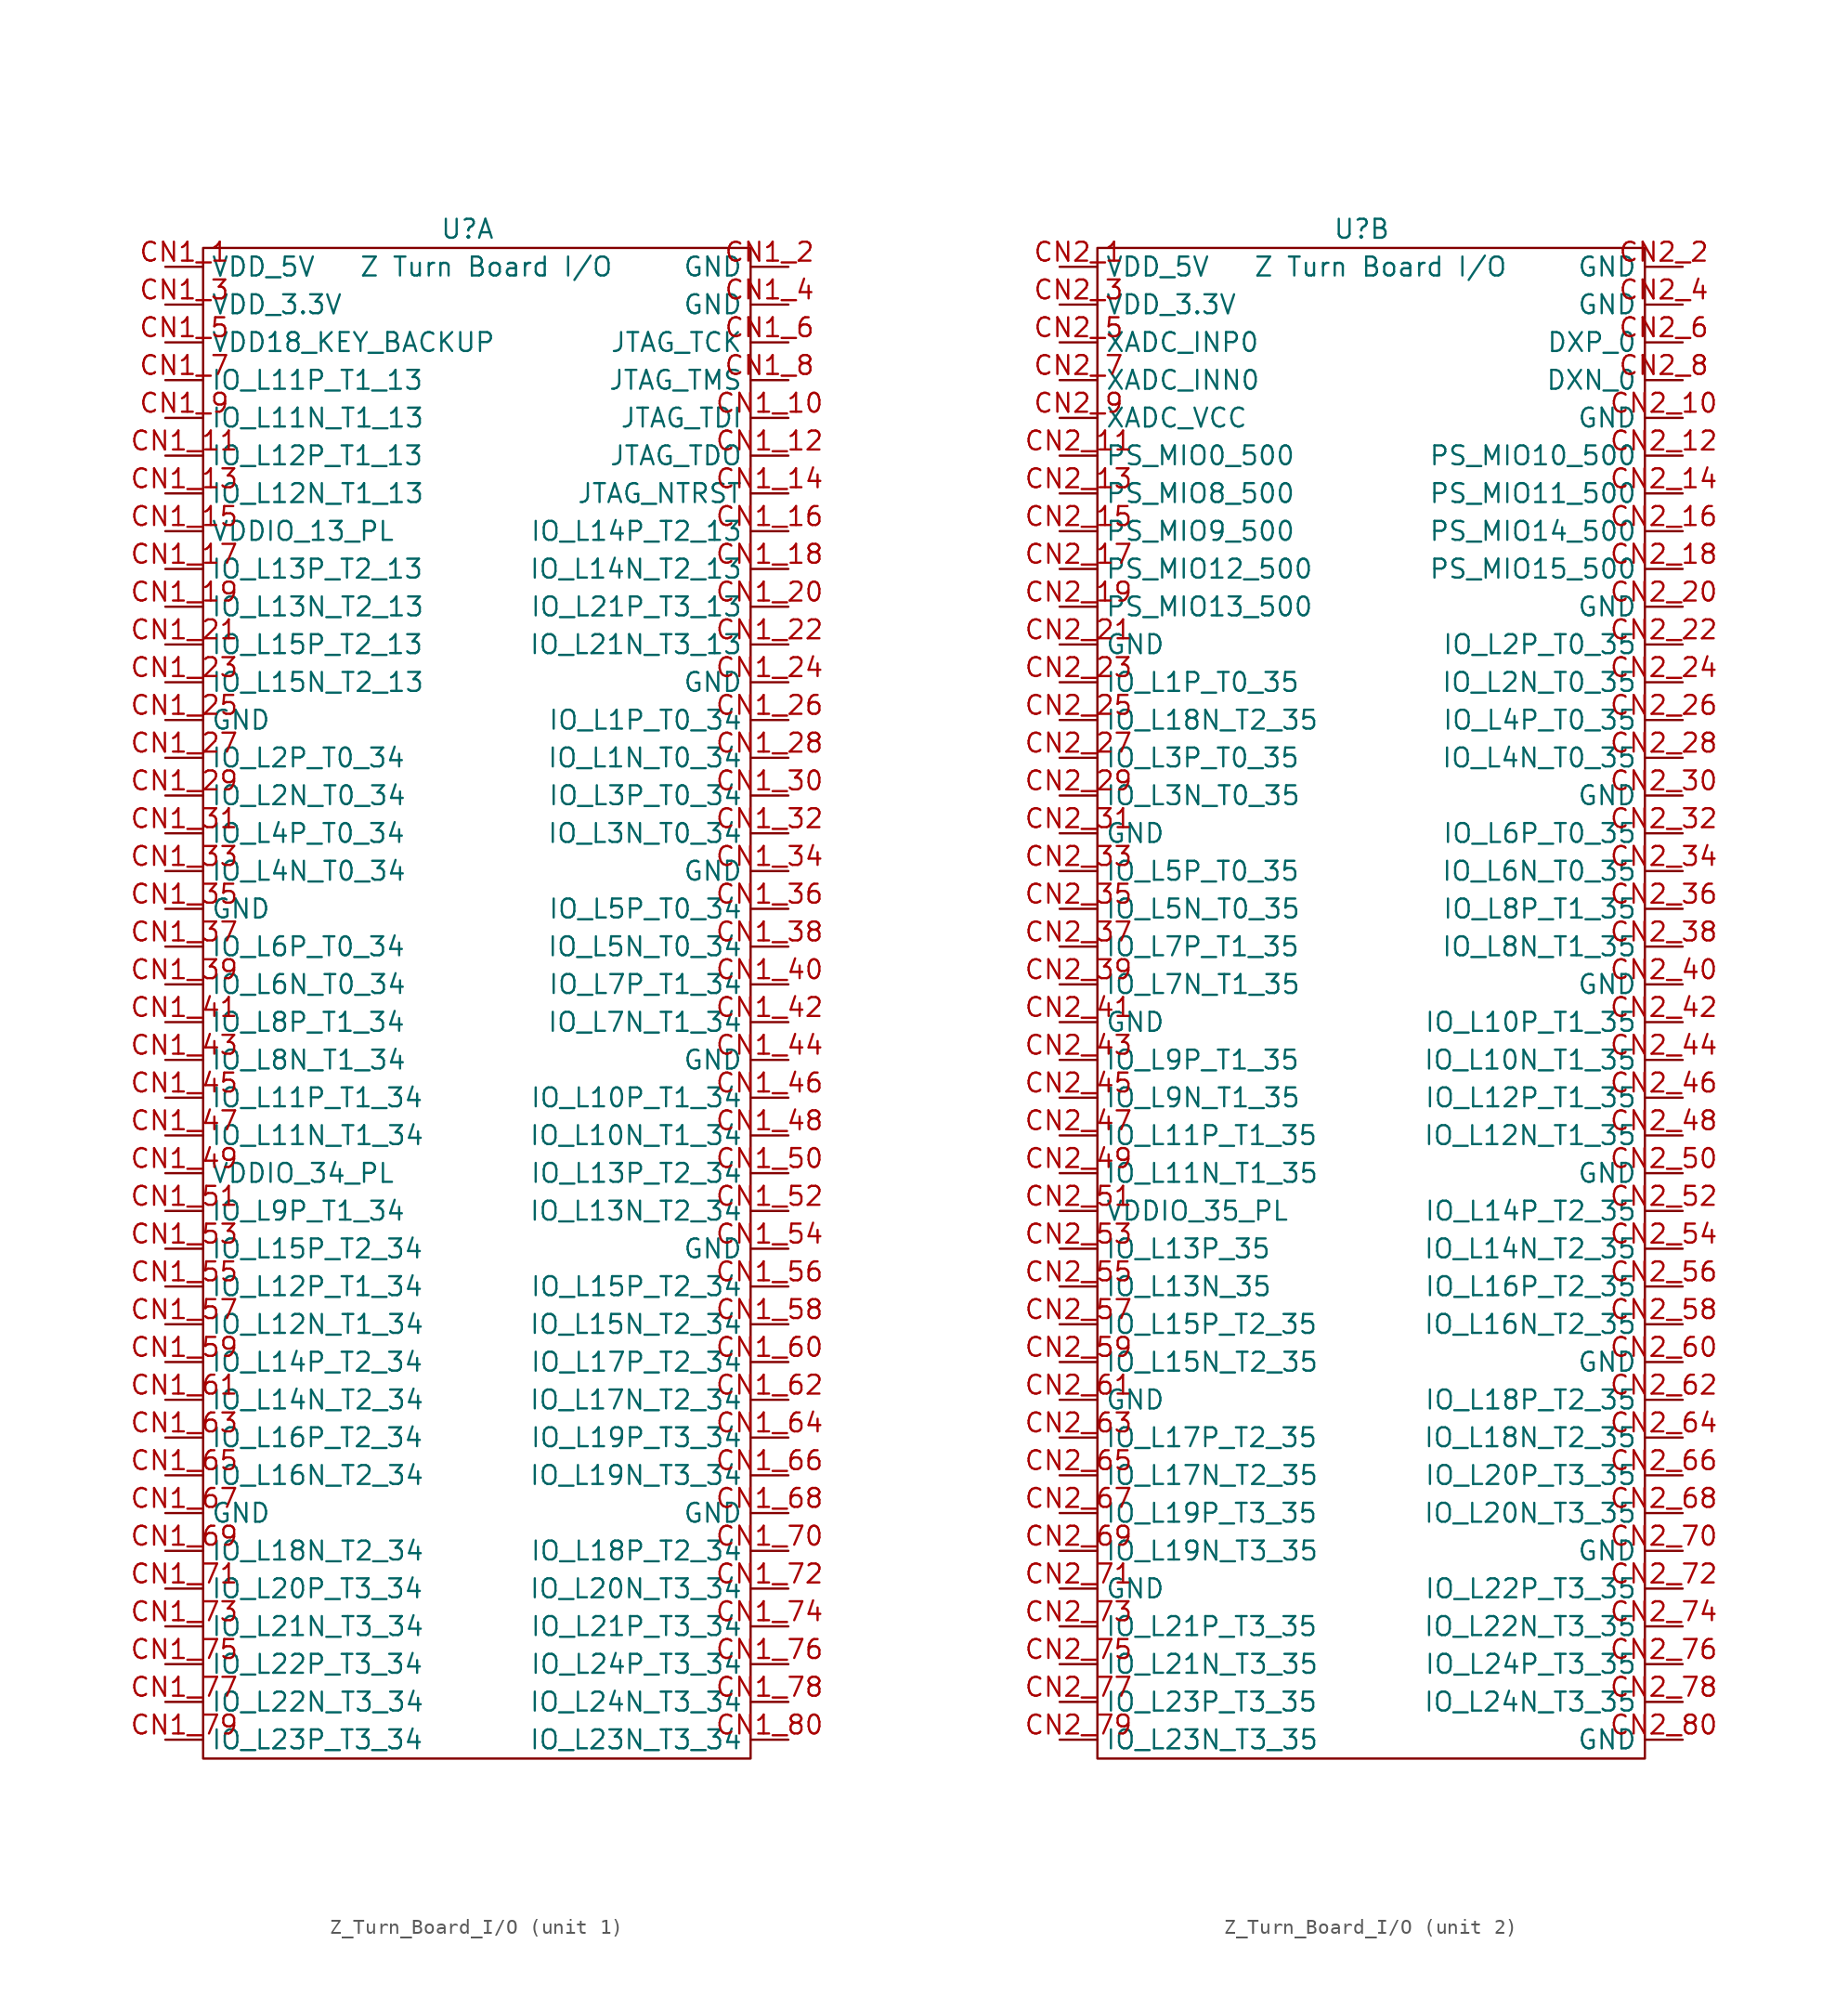
<source format=kicad_sym>
(kicad_symbol_lib
  (version 20220914)
  (generator kicad_symbol_editor)
  (symbol "Z_Turn_Board_I/O"
    (property "Reference" "U"
      (at -1.27 50.8 0)
      (effects (font (size 1.27 1.27))))
    (property "Value" "Z Turn Board I/O"
      (at 0 48.26 0)
      (effects (font (size 1.27 1.27))))
    (property "ki_locked" ""
      (at 0 0 0)
      (effects (font (size 1.27 1.27))))
    (symbol "Z_Turn_Board_I/O_0_1"
      (rectangle (start -19.05 49.53) (end 17.78 -52.07) (stroke (width 0) (type default)) (fill (type none))))
    (symbol "Z_Turn_Board_I/O_1_1"
      (pin power_out line (at -21.59 48.26 0) (length 2.54) (name "VDD_5V" (effects (font (size 1.27 1.27)))) (number "CN1_1" (effects (font (size 1.27 1.27)))))
      (pin bidirectional line (at 20.32 38.1 180) (length 2.54) (name "JTAG_TDI" (effects (font (size 1.27 1.27)))) (number "CN1_10" (effects (font (size 1.27 1.27)))))
      (pin bidirectional line (at -21.59 35.56 0) (length 2.54) (name "IO_L12P_T1_13" (effects (font (size 1.27 1.27)))) (number "CN1_11" (effects (font (size 1.27 1.27)))))
      (pin bidirectional line (at 20.32 35.56 180) (length 2.54) (name "JTAG_TDO" (effects (font (size 1.27 1.27)))) (number "CN1_12" (effects (font (size 1.27 1.27)))))
      (pin bidirectional line (at -21.59 33.02 0) (length 2.54) (name "IO_L12N_T1_13" (effects (font (size 1.27 1.27)))) (number "CN1_13" (effects (font (size 1.27 1.27)))))
      (pin bidirectional line (at 20.32 33.02 180) (length 2.54) (name "JTAG_NTRST" (effects (font (size 1.27 1.27)))) (number "CN1_14" (effects (font (size 1.27 1.27)))))
      (pin power_out line (at -21.59 30.48 0) (length 2.54) (name "VDDIO_13_PL" (effects (font (size 1.27 1.27)))) (number "CN1_15" (effects (font (size 1.27 1.27)))))
      (pin bidirectional line (at 20.32 30.48 180) (length 2.54) (name "IO_L14P_T2_13" (effects (font (size 1.27 1.27)))) (number "CN1_16" (effects (font (size 1.27 1.27)))))
      (pin bidirectional line (at -21.59 27.94 0) (length 2.54) (name "IO_L13P_T2_13" (effects (font (size 1.27 1.27)))) (number "CN1_17" (effects (font (size 1.27 1.27)))))
      (pin bidirectional line (at 20.32 27.94 180) (length 2.54) (name "IO_L14N_T2_13" (effects (font (size 1.27 1.27)))) (number "CN1_18" (effects (font (size 1.27 1.27)))))
      (pin bidirectional line (at -21.59 25.4 0) (length 2.54) (name "IO_L13N_T2_13" (effects (font (size 1.27 1.27)))) (number "CN1_19" (effects (font (size 1.27 1.27)))))
      (pin power_in line (at 20.32 48.26 180) (length 2.54) (name "GND" (effects (font (size 1.27 1.27)))) (number "CN1_2" (effects (font (size 1.27 1.27)))))
      (pin bidirectional line (at 20.32 25.4 180) (length 2.54) (name "IO_L21P_T3_13" (effects (font (size 1.27 1.27)))) (number "CN1_20" (effects (font (size 1.27 1.27)))))
      (pin bidirectional line (at -21.59 22.86 0) (length 2.54) (name "IO_L15P_T2_13" (effects (font (size 1.27 1.27)))) (number "CN1_21" (effects (font (size 1.27 1.27)))))
      (pin bidirectional line (at 20.32 22.86 180) (length 2.54) (name "IO_L21N_T3_13" (effects (font (size 1.27 1.27)))) (number "CN1_22" (effects (font (size 1.27 1.27)))))
      (pin bidirectional line (at -21.59 20.32 0) (length 2.54) (name "IO_L15N_T2_13" (effects (font (size 1.27 1.27)))) (number "CN1_23" (effects (font (size 1.27 1.27)))))
      (pin power_in line (at 20.32 20.32 180) (length 2.54) (name "GND" (effects (font (size 1.27 1.27)))) (number "CN1_24" (effects (font (size 1.27 1.27)))))
      (pin power_in line (at -21.59 17.78 0) (length 2.54) (name "GND" (effects (font (size 1.27 1.27)))) (number "CN1_25" (effects (font (size 1.27 1.27)))))
      (pin bidirectional line (at 20.32 17.78 180) (length 2.54) (name "IO_L1P_T0_34" (effects (font (size 1.27 1.27)))) (number "CN1_26" (effects (font (size 1.27 1.27)))))
      (pin bidirectional line (at -21.59 15.24 0) (length 2.54) (name "IO_L2P_T0_34" (effects (font (size 1.27 1.27)))) (number "CN1_27" (effects (font (size 1.27 1.27)))))
      (pin bidirectional line (at 20.32 15.24 180) (length 2.54) (name "IO_L1N_T0_34" (effects (font (size 1.27 1.27)))) (number "CN1_28" (effects (font (size 1.27 1.27)))))
      (pin bidirectional line (at -21.59 12.7 0) (length 2.54) (name "IO_L2N_T0_34" (effects (font (size 1.27 1.27)))) (number "CN1_29" (effects (font (size 1.27 1.27)))))
      (pin power_out line (at -21.59 45.72 0) (length 2.54) (name "VDD_3.3V" (effects (font (size 1.27 1.27)))) (number "CN1_3" (effects (font (size 1.27 1.27)))))
      (pin bidirectional line (at 20.32 12.7 180) (length 2.54) (name "IO_L3P_T0_34" (effects (font (size 1.27 1.27)))) (number "CN1_30" (effects (font (size 1.27 1.27)))))
      (pin bidirectional line (at -21.59 10.16 0) (length 2.54) (name "IO_L4P_T0_34" (effects (font (size 1.27 1.27)))) (number "CN1_31" (effects (font (size 1.27 1.27)))))
      (pin bidirectional line (at 20.32 10.16 180) (length 2.54) (name "IO_L3N_T0_34" (effects (font (size 1.27 1.27)))) (number "CN1_32" (effects (font (size 1.27 1.27)))))
      (pin bidirectional line (at -21.59 7.62 0) (length 2.54) (name "IO_L4N_T0_34" (effects (font (size 1.27 1.27)))) (number "CN1_33" (effects (font (size 1.27 1.27)))))
      (pin power_in line (at 20.32 7.62 180) (length 2.54) (name "GND" (effects (font (size 1.27 1.27)))) (number "CN1_34" (effects (font (size 1.27 1.27)))))
      (pin power_in line (at -21.59 5.08 0) (length 2.54) (name "GND" (effects (font (size 1.27 1.27)))) (number "CN1_35" (effects (font (size 1.27 1.27)))))
      (pin bidirectional line (at 20.32 5.08 180) (length 2.54) (name "IO_L5P_T0_34" (effects (font (size 1.27 1.27)))) (number "CN1_36" (effects (font (size 1.27 1.27)))))
      (pin bidirectional line (at -21.59 2.54 0) (length 2.54) (name "IO_L6P_T0_34" (effects (font (size 1.27 1.27)))) (number "CN1_37" (effects (font (size 1.27 1.27)))))
      (pin bidirectional line (at 20.32 2.54 180) (length 2.54) (name "IO_L5N_T0_34" (effects (font (size 1.27 1.27)))) (number "CN1_38" (effects (font (size 1.27 1.27)))))
      (pin bidirectional line (at -21.59 0 0) (length 2.54) (name "IO_L6N_T0_34" (effects (font (size 1.27 1.27)))) (number "CN1_39" (effects (font (size 1.27 1.27)))))
      (pin power_in line (at 20.32 45.72 180) (length 2.54) (name "GND" (effects (font (size 1.27 1.27)))) (number "CN1_4" (effects (font (size 1.27 1.27)))))
      (pin bidirectional line (at 20.32 0 180) (length 2.54) (name "IO_L7P_T1_34" (effects (font (size 1.27 1.27)))) (number "CN1_40" (effects (font (size 1.27 1.27)))))
      (pin bidirectional line (at -21.59 -2.54 0) (length 2.54) (name "IO_L8P_T1_34" (effects (font (size 1.27 1.27)))) (number "CN1_41" (effects (font (size 1.27 1.27)))))
      (pin bidirectional line (at 20.32 -2.54 180) (length 2.54) (name "IO_L7N_T1_34" (effects (font (size 1.27 1.27)))) (number "CN1_42" (effects (font (size 1.27 1.27)))))
      (pin bidirectional line (at -21.59 -5.08 0) (length 2.54) (name "IO_L8N_T1_34" (effects (font (size 1.27 1.27)))) (number "CN1_43" (effects (font (size 1.27 1.27)))))
      (pin power_in line (at 20.32 -5.08 180) (length 2.54) (name "GND" (effects (font (size 1.27 1.27)))) (number "CN1_44" (effects (font (size 1.27 1.27)))))
      (pin bidirectional line (at -21.59 -7.62 0) (length 2.54) (name "IO_L11P_T1_34" (effects (font (size 1.27 1.27)))) (number "CN1_45" (effects (font (size 1.27 1.27)))))
      (pin bidirectional line (at 20.32 -7.62 180) (length 2.54) (name "IO_L10P_T1_34" (effects (font (size 1.27 1.27)))) (number "CN1_46" (effects (font (size 1.27 1.27)))))
      (pin bidirectional line (at -21.59 -10.16 0) (length 2.54) (name "IO_L11N_T1_34" (effects (font (size 1.27 1.27)))) (number "CN1_47" (effects (font (size 1.27 1.27)))))
      (pin bidirectional line (at 20.32 -10.16 180) (length 2.54) (name "IO_L10N_T1_34" (effects (font (size 1.27 1.27)))) (number "CN1_48" (effects (font (size 1.27 1.27)))))
      (pin power_out line (at -21.59 -12.7 0) (length 2.54) (name "VDDIO_34_PL" (effects (font (size 1.27 1.27)))) (number "CN1_49" (effects (font (size 1.27 1.27)))))
      (pin power_out line (at -21.59 43.18 0) (length 2.54) (name "VDD18_KEY_BACKUP" (effects (font (size 1.27 1.27)))) (number "CN1_5" (effects (font (size 1.27 1.27)))))
      (pin bidirectional line (at 20.32 -12.7 180) (length 2.54) (name "IO_L13P_T2_34" (effects (font (size 1.27 1.27)))) (number "CN1_50" (effects (font (size 1.27 1.27)))))
      (pin bidirectional line (at -21.59 -15.24 0) (length 2.54) (name "IO_L9P_T1_34" (effects (font (size 1.27 1.27)))) (number "CN1_51" (effects (font (size 1.27 1.27)))))
      (pin bidirectional line (at 20.32 -15.24 180) (length 2.54) (name "IO_L13N_T2_34" (effects (font (size 1.27 1.27)))) (number "CN1_52" (effects (font (size 1.27 1.27)))))
      (pin bidirectional line (at -21.59 -17.78 0) (length 2.54) (name "IO_L15P_T2_34" (effects (font (size 1.27 1.27)))) (number "CN1_53" (effects (font (size 1.27 1.27)))))
      (pin power_in line (at 20.32 -17.78 180) (length 2.54) (name "GND" (effects (font (size 1.27 1.27)))) (number "CN1_54" (effects (font (size 1.27 1.27)))))
      (pin bidirectional line (at -21.59 -20.32 0) (length 2.54) (name "IO_L12P_T1_34" (effects (font (size 1.27 1.27)))) (number "CN1_55" (effects (font (size 1.27 1.27)))))
      (pin bidirectional line (at 20.32 -20.32 180) (length 2.54) (name "IO_L15P_T2_34" (effects (font (size 1.27 1.27)))) (number "CN1_56" (effects (font (size 1.27 1.27)))))
      (pin bidirectional line (at -21.59 -22.86 0) (length 2.54) (name "IO_L12N_T1_34" (effects (font (size 1.27 1.27)))) (number "CN1_57" (effects (font (size 1.27 1.27)))))
      (pin bidirectional line (at 20.32 -22.86 180) (length 2.54) (name "IO_L15N_T2_34" (effects (font (size 1.27 1.27)))) (number "CN1_58" (effects (font (size 1.27 1.27)))))
      (pin bidirectional line (at -21.59 -25.4 0) (length 2.54) (name "IO_L14P_T2_34" (effects (font (size 1.27 1.27)))) (number "CN1_59" (effects (font (size 1.27 1.27)))))
      (pin bidirectional line (at 20.32 43.18 180) (length 2.54) (name "JTAG_TCK" (effects (font (size 1.27 1.27)))) (number "CN1_6" (effects (font (size 1.27 1.27)))))
      (pin bidirectional line (at 20.32 -25.4 180) (length 2.54) (name "IO_L17P_T2_34" (effects (font (size 1.27 1.27)))) (number "CN1_60" (effects (font (size 1.27 1.27)))))
      (pin bidirectional line (at -21.59 -27.94 0) (length 2.54) (name "IO_L14N_T2_34" (effects (font (size 1.27 1.27)))) (number "CN1_61" (effects (font (size 1.27 1.27)))))
      (pin bidirectional line (at 20.32 -27.94 180) (length 2.54) (name "IO_L17N_T2_34" (effects (font (size 1.27 1.27)))) (number "CN1_62" (effects (font (size 1.27 1.27)))))
      (pin bidirectional line (at -21.59 -30.48 0) (length 2.54) (name "IO_L16P_T2_34" (effects (font (size 1.27 1.27)))) (number "CN1_63" (effects (font (size 1.27 1.27)))))
      (pin bidirectional line (at 20.32 -30.48 180) (length 2.54) (name "IO_L19P_T3_34" (effects (font (size 1.27 1.27)))) (number "CN1_64" (effects (font (size 1.27 1.27)))))
      (pin bidirectional line (at -21.59 -33.02 0) (length 2.54) (name "IO_L16N_T2_34" (effects (font (size 1.27 1.27)))) (number "CN1_65" (effects (font (size 1.27 1.27)))))
      (pin bidirectional line (at 20.32 -33.02 180) (length 2.54) (name "IO_L19N_T3_34" (effects (font (size 1.27 1.27)))) (number "CN1_66" (effects (font (size 1.27 1.27)))))
      (pin power_in line (at -21.59 -35.56 0) (length 2.54) (name "GND" (effects (font (size 1.27 1.27)))) (number "CN1_67" (effects (font (size 1.27 1.27)))))
      (pin power_in line (at 20.32 -35.56 180) (length 2.54) (name "GND" (effects (font (size 1.27 1.27)))) (number "CN1_68" (effects (font (size 1.27 1.27)))))
      (pin bidirectional line (at -21.59 -38.1 0) (length 2.54) (name "IO_L18N_T2_34" (effects (font (size 1.27 1.27)))) (number "CN1_69" (effects (font (size 1.27 1.27)))))
      (pin bidirectional line (at -21.59 40.64 0) (length 2.54) (name "IO_L11P_T1_13" (effects (font (size 1.27 1.27)))) (number "CN1_7" (effects (font (size 1.27 1.27)))))
      (pin bidirectional line (at 20.32 -38.1 180) (length 2.54) (name "IO_L18P_T2_34" (effects (font (size 1.27 1.27)))) (number "CN1_70" (effects (font (size 1.27 1.27)))))
      (pin bidirectional line (at -21.59 -40.64 0) (length 2.54) (name "IO_L20P_T3_34" (effects (font (size 1.27 1.27)))) (number "CN1_71" (effects (font (size 1.27 1.27)))))
      (pin bidirectional line (at 20.32 -40.64 180) (length 2.54) (name "IO_L20N_T3_34" (effects (font (size 1.27 1.27)))) (number "CN1_72" (effects (font (size 1.27 1.27)))))
      (pin bidirectional line (at -21.59 -43.18 0) (length 2.54) (name "IO_L21N_T3_34" (effects (font (size 1.27 1.27)))) (number "CN1_73" (effects (font (size 1.27 1.27)))))
      (pin bidirectional line (at 20.32 -43.18 180) (length 2.54) (name "IO_L21P_T3_34" (effects (font (size 1.27 1.27)))) (number "CN1_74" (effects (font (size 1.27 1.27)))))
      (pin bidirectional line (at -21.59 -45.72 0) (length 2.54) (name "IO_L22P_T3_34" (effects (font (size 1.27 1.27)))) (number "CN1_75" (effects (font (size 1.27 1.27)))))
      (pin bidirectional line (at 20.32 -45.72 180) (length 2.54) (name "IO_L24P_T3_34" (effects (font (size 1.27 1.27)))) (number "CN1_76" (effects (font (size 1.27 1.27)))))
      (pin bidirectional line (at -21.59 -48.26 0) (length 2.54) (name "IO_L22N_T3_34" (effects (font (size 1.27 1.27)))) (number "CN1_77" (effects (font (size 1.27 1.27)))))
      (pin bidirectional line (at 20.32 -48.26 180) (length 2.54) (name "IO_L24N_T3_34" (effects (font (size 1.27 1.27)))) (number "CN1_78" (effects (font (size 1.27 1.27)))))
      (pin bidirectional line (at -21.59 -50.8 0) (length 2.54) (name "IO_L23P_T3_34" (effects (font (size 1.27 1.27)))) (number "CN1_79" (effects (font (size 1.27 1.27)))))
      (pin bidirectional line (at 20.32 40.64 180) (length 2.54) (name "JTAG_TMS" (effects (font (size 1.27 1.27)))) (number "CN1_8" (effects (font (size 1.27 1.27)))))
      (pin bidirectional line (at 20.32 -50.8 180) (length 2.54) (name "IO_L23N_T3_34" (effects (font (size 1.27 1.27)))) (number "CN1_80" (effects (font (size 1.27 1.27)))))
      (pin bidirectional line (at -21.59 38.1 0) (length 2.54) (name "IO_L11N_T1_13" (effects (font (size 1.27 1.27)))) (number "CN1_9" (effects (font (size 1.27 1.27))))))
    (symbol "Z_Turn_Board_I/O_2_1"
      (pin power_out line (at -21.59 48.26 0) (length 2.54) (name "VDD_5V" (effects (font (size 1.27 1.27)))) (number "CN2_1" (effects (font (size 1.27 1.27)))))
      (pin power_in line (at 20.32 38.1 180) (length 2.54) (name "GND" (effects (font (size 1.27 1.27)))) (number "CN2_10" (effects (font (size 1.27 1.27)))))
      (pin bidirectional line (at -21.59 35.56 0) (length 2.54) (name "PS_MIO0_500" (effects (font (size 1.27 1.27)))) (number "CN2_11" (effects (font (size 1.27 1.27)))))
      (pin bidirectional line (at 20.32 35.56 180) (length 2.54) (name "PS_MIO10_500" (effects (font (size 1.27 1.27)))) (number "CN2_12" (effects (font (size 1.27 1.27)))))
      (pin bidirectional line (at -21.59 33.02 0) (length 2.54) (name "PS_MIO8_500" (effects (font (size 1.27 1.27)))) (number "CN2_13" (effects (font (size 1.27 1.27)))))
      (pin bidirectional line (at 20.32 33.02 180) (length 2.54) (name "PS_MIO11_500" (effects (font (size 1.27 1.27)))) (number "CN2_14" (effects (font (size 1.27 1.27)))))
      (pin power_out line (at -21.59 30.48 0) (length 2.54) (name "PS_MIO9_500" (effects (font (size 1.27 1.27)))) (number "CN2_15" (effects (font (size 1.27 1.27)))))
      (pin bidirectional line (at 20.32 30.48 180) (length 2.54) (name "PS_MIO14_500" (effects (font (size 1.27 1.27)))) (number "CN2_16" (effects (font (size 1.27 1.27)))))
      (pin bidirectional line (at -21.59 27.94 0) (length 2.54) (name "PS_MIO12_500" (effects (font (size 1.27 1.27)))) (number "CN2_17" (effects (font (size 1.27 1.27)))))
      (pin bidirectional line (at 20.32 27.94 180) (length 2.54) (name "PS_MIO15_500" (effects (font (size 1.27 1.27)))) (number "CN2_18" (effects (font (size 1.27 1.27)))))
      (pin bidirectional line (at -21.59 25.4 0) (length 2.54) (name "PS_MIO13_500" (effects (font (size 1.27 1.27)))) (number "CN2_19" (effects (font (size 1.27 1.27)))))
      (pin power_in line (at 20.32 48.26 180) (length 2.54) (name "GND" (effects (font (size 1.27 1.27)))) (number "CN2_2" (effects (font (size 1.27 1.27)))))
      (pin power_in line (at 20.32 25.4 180) (length 2.54) (name "GND" (effects (font (size 1.27 1.27)))) (number "CN2_20" (effects (font (size 1.27 1.27)))))
      (pin power_in line (at -21.59 22.86 0) (length 2.54) (name "GND" (effects (font (size 1.27 1.27)))) (number "CN2_21" (effects (font (size 1.27 1.27)))))
      (pin bidirectional line (at 20.32 22.86 180) (length 2.54) (name "IO_L2P_T0_35" (effects (font (size 1.27 1.27)))) (number "CN2_22" (effects (font (size 1.27 1.27)))))
      (pin bidirectional line (at -21.59 20.32 0) (length 2.54) (name "IO_L1P_T0_35" (effects (font (size 1.27 1.27)))) (number "CN2_23" (effects (font (size 1.27 1.27)))))
      (pin bidirectional line (at 20.32 20.32 180) (length 2.54) (name "IO_L2N_T0_35" (effects (font (size 1.27 1.27)))) (number "CN2_24" (effects (font (size 1.27 1.27)))))
      (pin bidirectional line (at -21.59 17.78 0) (length 2.54) (name "IO_L18N_T2_35" (effects (font (size 1.27 1.27)))) (number "CN2_25" (effects (font (size 1.27 1.27)))))
      (pin bidirectional line (at 20.32 17.78 180) (length 2.54) (name "IO_L4P_T0_35" (effects (font (size 1.27 1.27)))) (number "CN2_26" (effects (font (size 1.27 1.27)))))
      (pin bidirectional line (at -21.59 15.24 0) (length 2.54) (name "IO_L3P_T0_35" (effects (font (size 1.27 1.27)))) (number "CN2_27" (effects (font (size 1.27 1.27)))))
      (pin bidirectional line (at 20.32 15.24 180) (length 2.54) (name "IO_L4N_T0_35" (effects (font (size 1.27 1.27)))) (number "CN2_28" (effects (font (size 1.27 1.27)))))
      (pin bidirectional line (at -21.59 12.7 0) (length 2.54) (name "IO_L3N_T0_35" (effects (font (size 1.27 1.27)))) (number "CN2_29" (effects (font (size 1.27 1.27)))))
      (pin power_out line (at -21.59 45.72 0) (length 2.54) (name "VDD_3.3V" (effects (font (size 1.27 1.27)))) (number "CN2_3" (effects (font (size 1.27 1.27)))))
      (pin power_in line (at 20.32 12.7 180) (length 2.54) (name "GND" (effects (font (size 1.27 1.27)))) (number "CN2_30" (effects (font (size 1.27 1.27)))))
      (pin power_in line (at -21.59 10.16 0) (length 2.54) (name "GND" (effects (font (size 1.27 1.27)))) (number "CN2_31" (effects (font (size 1.27 1.27)))))
      (pin bidirectional line (at 20.32 10.16 180) (length 2.54) (name "IO_L6P_T0_35" (effects (font (size 1.27 1.27)))) (number "CN2_32" (effects (font (size 1.27 1.27)))))
      (pin bidirectional line (at -21.59 7.62 0) (length 2.54) (name "IO_L5P_T0_35" (effects (font (size 1.27 1.27)))) (number "CN2_33" (effects (font (size 1.27 1.27)))))
      (pin bidirectional line (at 20.32 7.62 180) (length 2.54) (name "IO_L6N_T0_35" (effects (font (size 1.27 1.27)))) (number "CN2_34" (effects (font (size 1.27 1.27)))))
      (pin bidirectional line (at -21.59 5.08 0) (length 2.54) (name "IO_L5N_T0_35" (effects (font (size 1.27 1.27)))) (number "CN2_35" (effects (font (size 1.27 1.27)))))
      (pin bidirectional line (at 20.32 5.08 180) (length 2.54) (name "IO_L8P_T1_35" (effects (font (size 1.27 1.27)))) (number "CN2_36" (effects (font (size 1.27 1.27)))))
      (pin bidirectional line (at -21.59 2.54 0) (length 2.54) (name "IO_L7P_T1_35" (effects (font (size 1.27 1.27)))) (number "CN2_37" (effects (font (size 1.27 1.27)))))
      (pin bidirectional line (at 20.32 2.54 180) (length 2.54) (name "IO_L8N_T1_35" (effects (font (size 1.27 1.27)))) (number "CN2_38" (effects (font (size 1.27 1.27)))))
      (pin bidirectional line (at -21.59 0 0) (length 2.54) (name "IO_L7N_T1_35" (effects (font (size 1.27 1.27)))) (number "CN2_39" (effects (font (size 1.27 1.27)))))
      (pin power_in line (at 20.32 45.72 180) (length 2.54) (name "GND" (effects (font (size 1.27 1.27)))) (number "CN2_4" (effects (font (size 1.27 1.27)))))
      (pin power_in line (at 20.32 0 180) (length 2.54) (name "GND" (effects (font (size 1.27 1.27)))) (number "CN2_40" (effects (font (size 1.27 1.27)))))
      (pin power_in line (at -21.59 -2.54 0) (length 2.54) (name "GND" (effects (font (size 1.27 1.27)))) (number "CN2_41" (effects (font (size 1.27 1.27)))))
      (pin bidirectional line (at 20.32 -2.54 180) (length 2.54) (name "IO_L10P_T1_35" (effects (font (size 1.27 1.27)))) (number "CN2_42" (effects (font (size 1.27 1.27)))))
      (pin bidirectional line (at -21.59 -5.08 0) (length 2.54) (name "IO_L9P_T1_35" (effects (font (size 1.27 1.27)))) (number "CN2_43" (effects (font (size 1.27 1.27)))))
      (pin bidirectional line (at 20.32 -5.08 180) (length 2.54) (name "IO_L10N_T1_35" (effects (font (size 1.27 1.27)))) (number "CN2_44" (effects (font (size 1.27 1.27)))))
      (pin bidirectional line (at -21.59 -7.62 0) (length 2.54) (name "IO_L9N_T1_35" (effects (font (size 1.27 1.27)))) (number "CN2_45" (effects (font (size 1.27 1.27)))))
      (pin bidirectional line (at 20.32 -7.62 180) (length 2.54) (name "IO_L12P_T1_35" (effects (font (size 1.27 1.27)))) (number "CN2_46" (effects (font (size 1.27 1.27)))))
      (pin bidirectional line (at -21.59 -10.16 0) (length 2.54) (name "IO_L11P_T1_35" (effects (font (size 1.27 1.27)))) (number "CN2_47" (effects (font (size 1.27 1.27)))))
      (pin bidirectional line (at 20.32 -10.16 180) (length 2.54) (name "IO_L12N_T1_35" (effects (font (size 1.27 1.27)))) (number "CN2_48" (effects (font (size 1.27 1.27)))))
      (pin bidirectional line (at -21.59 -12.7 0) (length 2.54) (name "IO_L11N_T1_35" (effects (font (size 1.27 1.27)))) (number "CN2_49" (effects (font (size 1.27 1.27)))))
      (pin power_out line (at -21.59 43.18 0) (length 2.54) (name "XADC_INP0" (effects (font (size 1.27 1.27)))) (number "CN2_5" (effects (font (size 1.27 1.27)))))
      (pin power_in line (at 20.32 -12.7 180) (length 2.54) (name "GND" (effects (font (size 1.27 1.27)))) (number "CN2_50" (effects (font (size 1.27 1.27)))))
      (pin power_out line (at -21.59 -15.24 0) (length 2.54) (name "VDDIO_35_PL" (effects (font (size 1.27 1.27)))) (number "CN2_51" (effects (font (size 1.27 1.27)))))
      (pin bidirectional line (at 20.32 -15.24 180) (length 2.54) (name "IO_L14P_T2_35" (effects (font (size 1.27 1.27)))) (number "CN2_52" (effects (font (size 1.27 1.27)))))
      (pin bidirectional line (at -21.59 -17.78 0) (length 2.54) (name "IO_L13P_35" (effects (font (size 1.27 1.27)))) (number "CN2_53" (effects (font (size 1.27 1.27)))))
      (pin bidirectional line (at 20.32 -17.78 180) (length 2.54) (name "IO_L14N_T2_35" (effects (font (size 1.27 1.27)))) (number "CN2_54" (effects (font (size 1.27 1.27)))))
      (pin bidirectional line (at -21.59 -20.32 0) (length 2.54) (name "IO_L13N_35" (effects (font (size 1.27 1.27)))) (number "CN2_55" (effects (font (size 1.27 1.27)))))
      (pin bidirectional line (at 20.32 -20.32 180) (length 2.54) (name "IO_L16P_T2_35" (effects (font (size 1.27 1.27)))) (number "CN2_56" (effects (font (size 1.27 1.27)))))
      (pin bidirectional line (at -21.59 -22.86 0) (length 2.54) (name "IO_L15P_T2_35" (effects (font (size 1.27 1.27)))) (number "CN2_57" (effects (font (size 1.27 1.27)))))
      (pin bidirectional line (at 20.32 -22.86 180) (length 2.54) (name "IO_L16N_T2_35" (effects (font (size 1.27 1.27)))) (number "CN2_58" (effects (font (size 1.27 1.27)))))
      (pin bidirectional line (at -21.59 -25.4 0) (length 2.54) (name "IO_L15N_T2_35" (effects (font (size 1.27 1.27)))) (number "CN2_59" (effects (font (size 1.27 1.27)))))
      (pin bidirectional line (at 20.32 43.18 180) (length 2.54) (name "DXP_0" (effects (font (size 1.27 1.27)))) (number "CN2_6" (effects (font (size 1.27 1.27)))))
      (pin power_in line (at 20.32 -25.4 180) (length 2.54) (name "GND" (effects (font (size 1.27 1.27)))) (number "CN2_60" (effects (font (size 1.27 1.27)))))
      (pin power_in line (at -21.59 -27.94 0) (length 2.54) (name "GND" (effects (font (size 1.27 1.27)))) (number "CN2_61" (effects (font (size 1.27 1.27)))))
      (pin bidirectional line (at 20.32 -27.94 180) (length 2.54) (name "IO_L18P_T2_35" (effects (font (size 1.27 1.27)))) (number "CN2_62" (effects (font (size 1.27 1.27)))))
      (pin bidirectional line (at -21.59 -30.48 0) (length 2.54) (name "IO_L17P_T2_35" (effects (font (size 1.27 1.27)))) (number "CN2_63" (effects (font (size 1.27 1.27)))))
      (pin bidirectional line (at 20.32 -30.48 180) (length 2.54) (name "IO_L18N_T2_35" (effects (font (size 1.27 1.27)))) (number "CN2_64" (effects (font (size 1.27 1.27)))))
      (pin bidirectional line (at -21.59 -33.02 0) (length 2.54) (name "IO_L17N_T2_35" (effects (font (size 1.27 1.27)))) (number "CN2_65" (effects (font (size 1.27 1.27)))))
      (pin bidirectional line (at 20.32 -33.02 180) (length 2.54) (name "IO_L20P_T3_35" (effects (font (size 1.27 1.27)))) (number "CN2_66" (effects (font (size 1.27 1.27)))))
      (pin bidirectional line (at -21.59 -35.56 0) (length 2.54) (name "IO_L19P_T3_35" (effects (font (size 1.27 1.27)))) (number "CN2_67" (effects (font (size 1.27 1.27)))))
      (pin bidirectional line (at 20.32 -35.56 180) (length 2.54) (name "IO_L20N_T3_35" (effects (font (size 1.27 1.27)))) (number "CN2_68" (effects (font (size 1.27 1.27)))))
      (pin bidirectional line (at -21.59 -38.1 0) (length 2.54) (name "IO_L19N_T3_35" (effects (font (size 1.27 1.27)))) (number "CN2_69" (effects (font (size 1.27 1.27)))))
      (pin bidirectional line (at -21.59 40.64 0) (length 2.54) (name "XADC_INN0" (effects (font (size 1.27 1.27)))) (number "CN2_7" (effects (font (size 1.27 1.27)))))
      (pin power_in line (at 20.32 -38.1 180) (length 2.54) (name "GND" (effects (font (size 1.27 1.27)))) (number "CN2_70" (effects (font (size 1.27 1.27)))))
      (pin power_in line (at -21.59 -40.64 0) (length 2.54) (name "GND" (effects (font (size 1.27 1.27)))) (number "CN2_71" (effects (font (size 1.27 1.27)))))
      (pin bidirectional line (at 20.32 -40.64 180) (length 2.54) (name "IO_L22P_T3_35" (effects (font (size 1.27 1.27)))) (number "CN2_72" (effects (font (size 1.27 1.27)))))
      (pin bidirectional line (at -21.59 -43.18 0) (length 2.54) (name "IO_L21P_T3_35" (effects (font (size 1.27 1.27)))) (number "CN2_73" (effects (font (size 1.27 1.27)))))
      (pin bidirectional line (at 20.32 -43.18 180) (length 2.54) (name "IO_L22N_T3_35" (effects (font (size 1.27 1.27)))) (number "CN2_74" (effects (font (size 1.27 1.27)))))
      (pin bidirectional line (at -21.59 -45.72 0) (length 2.54) (name "IO_L21N_T3_35" (effects (font (size 1.27 1.27)))) (number "CN2_75" (effects (font (size 1.27 1.27)))))
      (pin bidirectional line (at 20.32 -45.72 180) (length 2.54) (name "IO_L24P_T3_35" (effects (font (size 1.27 1.27)))) (number "CN2_76" (effects (font (size 1.27 1.27)))))
      (pin bidirectional line (at -21.59 -48.26 0) (length 2.54) (name "IO_L23P_T3_35" (effects (font (size 1.27 1.27)))) (number "CN2_77" (effects (font (size 1.27 1.27)))))
      (pin bidirectional line (at 20.32 -48.26 180) (length 2.54) (name "IO_L24N_T3_35" (effects (font (size 1.27 1.27)))) (number "CN2_78" (effects (font (size 1.27 1.27)))))
      (pin bidirectional line (at -21.59 -50.8 0) (length 2.54) (name "IO_L23N_T3_35" (effects (font (size 1.27 1.27)))) (number "CN2_79" (effects (font (size 1.27 1.27)))))
      (pin bidirectional line (at 20.32 40.64 180) (length 2.54) (name "DXN_0" (effects (font (size 1.27 1.27)))) (number "CN2_8" (effects (font (size 1.27 1.27)))))
      (pin power_in line (at 20.32 -50.8 180) (length 2.54) (name "GND" (effects (font (size 1.27 1.27)))) (number "CN2_80" (effects (font (size 1.27 1.27)))))
      (pin power_out line (at -21.59 38.1 0) (length 2.54) (name "XADC_VCC" (effects (font (size 1.27 1.27)))) (number "CN2_9" (effects (font (size 1.27 1.27))))))))
</source>
